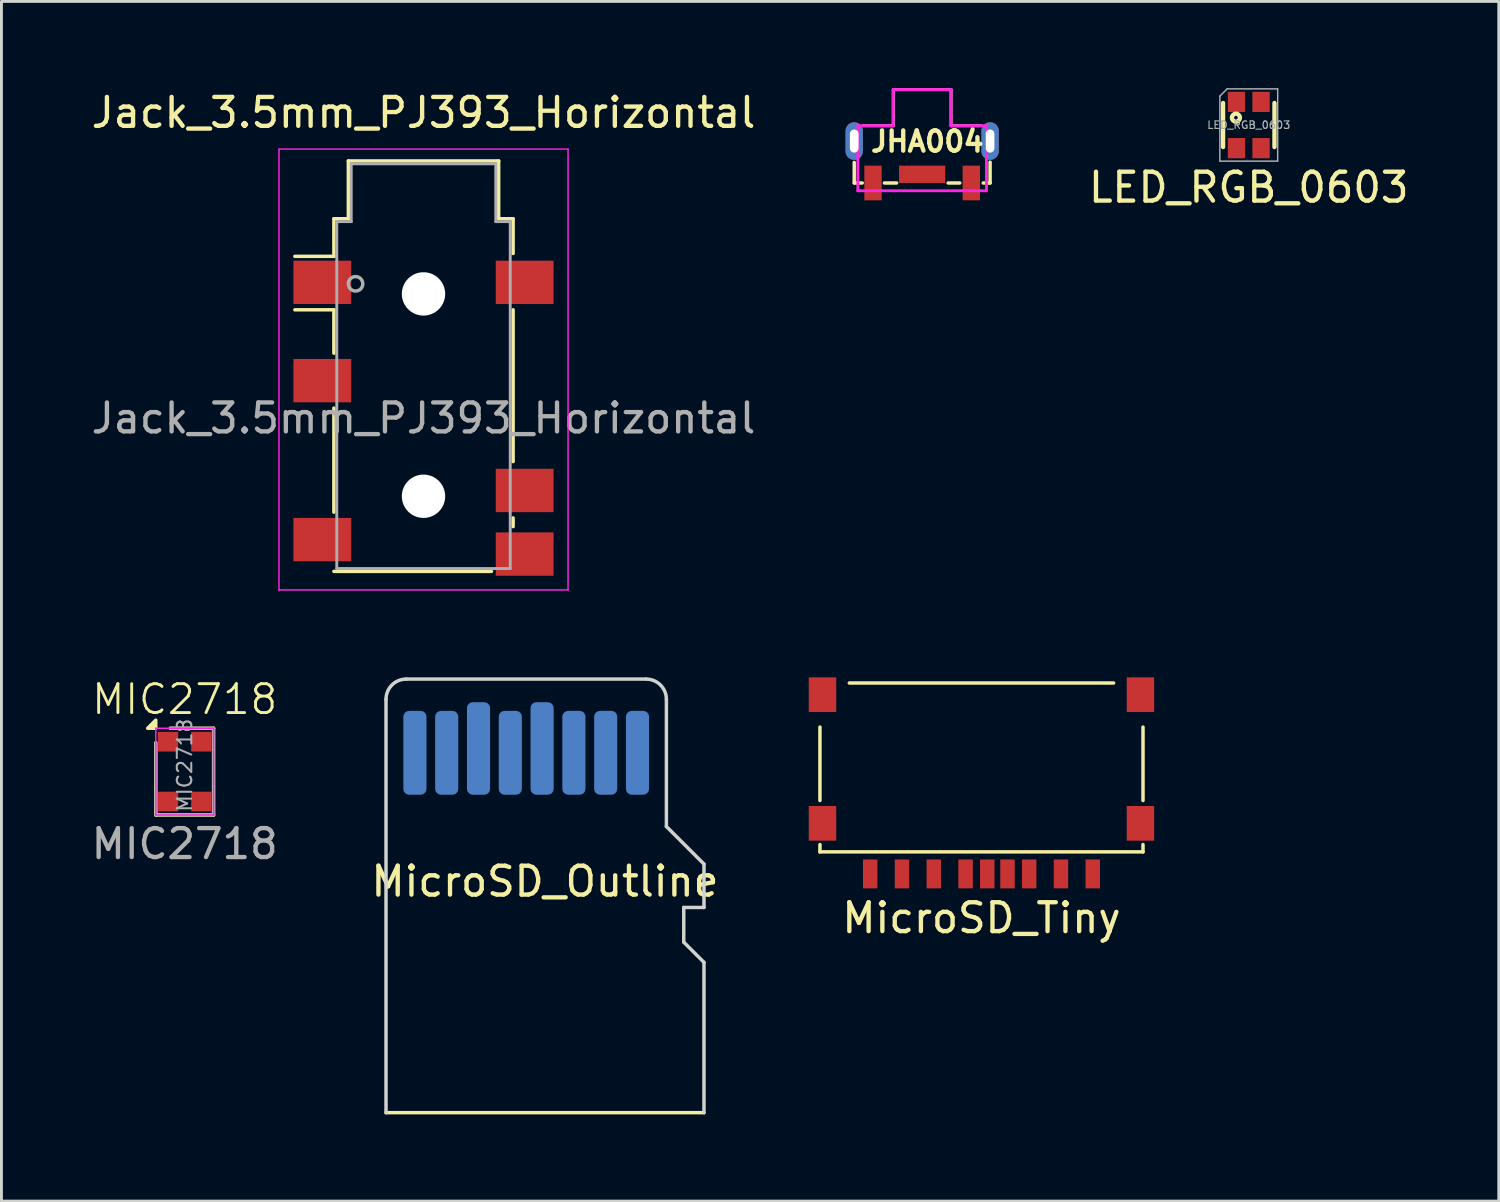
<source format=kicad_pcb>
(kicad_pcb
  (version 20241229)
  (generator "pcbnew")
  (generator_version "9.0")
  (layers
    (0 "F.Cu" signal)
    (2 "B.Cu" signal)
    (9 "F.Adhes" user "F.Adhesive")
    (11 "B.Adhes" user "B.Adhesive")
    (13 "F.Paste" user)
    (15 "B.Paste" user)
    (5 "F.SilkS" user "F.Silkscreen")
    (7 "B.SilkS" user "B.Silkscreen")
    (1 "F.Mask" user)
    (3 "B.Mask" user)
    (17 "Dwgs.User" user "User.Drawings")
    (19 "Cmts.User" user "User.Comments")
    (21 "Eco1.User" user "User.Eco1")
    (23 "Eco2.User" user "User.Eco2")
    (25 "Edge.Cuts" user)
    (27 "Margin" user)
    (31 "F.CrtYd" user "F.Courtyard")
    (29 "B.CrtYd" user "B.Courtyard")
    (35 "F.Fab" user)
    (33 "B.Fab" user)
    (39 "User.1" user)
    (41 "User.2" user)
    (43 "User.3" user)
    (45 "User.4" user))
  (footprint "Jack_3.5mm_PJ393_Horizontal"
    (layer "F.Cu")
    (at 11.601 11.008)
    (property "Reference" "Jack_3.5mm_PJ393_Horizontal" (at 0 -10.16 0) (unlocked yes) (layer "F.SilkS") (effects (font (size 1 1) (thickness 0.15))))
    (attr smd)
    (fp_line (start -3.1 -6.49) (end -2.6 -6.49) (stroke (width 0.12) (type solid)) (layer "F.SilkS"))
    (fp_line (start -3.1 -5.19) (end -4.45 -5.19) (stroke (width 0.12) (type solid)) (layer "F.SilkS"))
    (fp_line (start -3.1 -5.19) (end -3.1 -6.49) (stroke (width 0.12) (type solid)) (layer "F.SilkS"))
    (fp_line (start -3.1 -3.34) (end -4.45 -3.34) (stroke (width 0.12) (type solid)) (layer "F.SilkS"))
    (fp_line (start -3.1 -1.84) (end -3.1 -3.34) (stroke (width 0.12) (type solid)) (layer "F.SilkS"))
    (fp_line (start -3.1 3.66) (end -3.1 0.06) (stroke (width 0.12) (type solid)) (layer "F.SilkS"))
    (fp_line (start -2.6 -8.49) (end 2.6 -8.49) (stroke (width 0.12) (type solid)) (layer "F.SilkS"))
    (fp_line (start -2.6 -6.49) (end -2.6 -8.49) (stroke (width 0.12) (type solid)) (layer "F.SilkS"))
    (fp_line (start 2.35 5.71) (end -3.1 5.71) (stroke (width 0.12) (type solid)) (layer "F.SilkS"))
    (fp_line (start 2.6 -8.49) (end 2.6 -6.49) (stroke (width 0.12) (type solid)) (layer "F.SilkS"))
    (fp_line (start 2.6 -6.49) (end 3.1 -6.49) (stroke (width 0.12) (type solid)) (layer "F.SilkS"))
    (fp_line (start 3.1 -6.49) (end 3.1 -5.29) (stroke (width 0.12) (type solid)) (layer "F.SilkS"))
    (fp_line (start 3.1 -3.34) (end 3.1 1.91) (stroke (width 0.12) (type solid)) (layer "F.SilkS"))
    (fp_line (start 3.1 3.86) (end 3.1 4.16) (stroke (width 0.12) (type solid)) (layer "F.SilkS"))
    (fp_line (start -5 -8.9) (end -5 6.35) (stroke (width 0.05) (type solid)) (layer "F.CrtYd"))
    (fp_line (start -5 -8.9) (end 5 -8.9) (stroke (width 0.05) (type solid)) (layer "F.CrtYd"))
    (fp_line (start -5 6.35) (end 5 6.35) (stroke (width 0.05) (type solid)) (layer "F.CrtYd"))
    (fp_line (start 5 6.35) (end 5 -8.9) (stroke (width 0.05) (type solid)) (layer "F.CrtYd"))
    (fp_line (start -3 -6.39) (end -3 5.61) (stroke (width 0.1) (type solid)) (layer "F.Fab"))
    (fp_line (start -3 5.61) (end 3 5.61) (stroke (width 0.1) (type solid)) (layer "F.Fab"))
    (fp_line (start -2.5 -8.39) (end -2.5 -6.39) (stroke (width 0.1) (type solid)) (layer "F.Fab"))
    (fp_line (start -2.5 -6.39) (end -3 -6.39) (stroke (width 0.1) (type solid)) (layer "F.Fab"))
    (fp_line (start 2.5 -8.39) (end -2.5 -8.39) (stroke (width 0.1) (type solid)) (layer "F.Fab"))
    (fp_line (start 2.5 -6.39) (end 2.5 -8.39) (stroke (width 0.1) (type solid)) (layer "F.Fab"))
    (fp_line (start 3 -6.39) (end 2.5 -6.39) (stroke (width 0.1) (type solid)) (layer "F.Fab"))
    (fp_line (start 3 5.61) (end 3 -6.39) (stroke (width 0.1) (type solid)) (layer "F.Fab"))
    (fp_circle (center -2.35 -4.24) (end -2.1 -4.24) (stroke (width 0.12) (type solid)) (fill no) (layer "F.Fab"))
    (fp_text user "${REFERENCE}" (at 0 0.41 0) (layer "F.Fab") (effects (font (size 1 1) (thickness 0.15))))
    (pad "" np_thru_hole circle (at 0 -3.89) (size 1.5 1.5) (drill 1.5) (layers "*.Cu" "*.Mask"))
    (pad "" np_thru_hole circle (at 0 3.11) (size 1.5 1.5) (drill 1.5) (layers "*.Cu" "*.Mask"))
    (pad "1" smd rect (at -3.5 -4.29) (size 2 1.5) (layers "F.Cu" "F.Mask" "F.Paste"))
    (pad "2" smd rect (at 3.5 -4.29) (size 2 1.5) (layers "F.Cu" "F.Mask" "F.Paste"))
    (pad "3" smd rect (at -3.5 -0.89) (size 2 1.5) (layers "F.Cu" "F.Mask" "F.Paste"))
    (pad "4" smd rect (at 3.5 2.91) (size 2 1.5) (layers "F.Cu" "F.Mask" "F.Paste"))
    (pad "5" smd rect (at 3.5 5.11) (size 2 1.5) (layers "F.Cu" "F.Mask" "F.Paste"))
    (pad "6" smd rect (at -3.5 4.61) (size 2 1.5) (layers "F.Cu" "F.Mask" "F.Paste")))
  (footprint "MicroSD_Outline"
    (layer "F.Cu")
    (at 15.804 27.943)
    (property "Reference" "MicroSD_Outline" (at 0 -0.5 0) (unlocked yes) (layer "F.SilkS") (effects (font (size 1 1) (thickness 0.15))))
    (attr smd)
    (fp_line (start -5.5 7.5) (end 5.5 7.5) (stroke (width 0.12) (type default)) (layer "F.SilkS"))
    (fp_line (start -5.5 -6.8) (end -5.5 7.5) (stroke (width 0.12) (type default)) (layer "Edge.Cuts"))
    (fp_line (start 3.5 -7.5) (end -4.8 -7.5) (stroke (width 0.12) (type default)) (layer "Edge.Cuts"))
    (fp_line (start 4.2 -6.8) (end 4.2 -2.4) (stroke (width 0.12) (type default)) (layer "Edge.Cuts"))
    (fp_line (start 4.2 -2.4) (end 5.5 -1.1) (stroke (width 0.12) (type default)) (layer "Edge.Cuts"))
    (fp_line (start 4.8 0.4) (end 4.8 1.6) (stroke (width 0.12) (type default)) (layer "Edge.Cuts"))
    (fp_line (start 4.8 1.6) (end 5.5 2.3) (stroke (width 0.12) (type default)) (layer "Edge.Cuts"))
    (fp_line (start 5.5 -1.1) (end 5.5 0.4) (stroke (width 0.12) (type default)) (layer "Edge.Cuts"))
    (fp_line (start 5.5 0.4) (end 4.8 0.4) (stroke (width 0.12) (type default)) (layer "Edge.Cuts"))
    (fp_line (start 5.5 2.3) (end 5.5 7.5) (stroke (width 0.12) (type default)) (layer "Edge.Cuts"))
    (fp_arc (start -5.5 -6.8) (mid -5.294975 -7.294974) (end -4.8 -7.5) (stroke (width 0.12) (type default)) (layer "Edge.Cuts"))
    (fp_arc (start 3.5 -7.5) (mid 3.994974 -7.294975) (end 4.2 -6.8) (stroke (width 0.12) (type default)) (layer "Edge.Cuts"))
    (pad "1" smd roundrect (at 3.2 -4.95) (size 0.8 2.9) (layers "F.Mask" "B.Cu" "F.Paste") (roundrect_rratio 0.25))
    (pad "2" smd roundrect (at 2.1 -4.95) (size 0.8 2.9) (layers "F.Mask" "B.Cu" "F.Paste") (roundrect_rratio 0.25))
    (pad "3" smd roundrect (at 1 -4.95) (size 0.8 2.9) (layers "F.Mask" "B.Cu" "F.Paste") (roundrect_rratio 0.25))
    (pad "4" smd roundrect (at -0.1 -5.1) (size 0.8 3.2) (layers "F.Mask" "B.Cu" "F.Paste") (roundrect_rratio 0.25))
    (pad "5" smd roundrect (at -1.2 -4.95) (size 0.8 2.9) (layers "F.Mask" "B.Cu" "F.Paste") (roundrect_rratio 0.25))
    (pad "6" smd roundrect (at -2.3 -5.1) (size 0.8 3.2) (layers "F.Mask" "B.Cu" "F.Paste") (roundrect_rratio 0.25))
    (pad "7" smd roundrect (at -3.4 -4.95) (size 0.8 2.9) (layers "F.Mask" "B.Cu" "F.Paste") (roundrect_rratio 0.25))
    (pad "8" smd roundrect (at -4.5 -4.95) (size 0.8 2.9) (layers "F.Mask" "B.Cu" "F.Paste") (roundrect_rratio 0.25)))
  (footprint "LED_RGB_0603"
    (layer "F.Cu")
    (at 40.151 1.275)
    (property "Reference" "LED_RGB_0603" (at 0 2.159 0) (layer "F.SilkS") (effects (font (size 1 1) (thickness 0.15))))
    (attr through_hole)
    (fp_line (start -0.889 -0.762) (end -0.889 0.762) (stroke (width 0.15) (type solid)) (layer "F.SilkS"))
    (fp_line (start 0.889 -0.762) (end 0.889 0.762) (stroke (width 0.15) (type solid)) (layer "F.SilkS"))
    (fp_circle (center -0.445 -0.254) (end -0.445 -0.191) (stroke (width 0.15) (type solid)) (fill no) (layer "F.SilkS"))
    (fp_line (start -1 -1) (end -1 1.25) (stroke (width 0.05) (type solid)) (layer "F.Fab"))
    (fp_line (start -1 1.25) (end 1 1.25) (stroke (width 0.05) (type solid)) (layer "F.Fab"))
    (fp_line (start -0.75 -1.25) (end -1 -1) (stroke (width 0.05) (type solid)) (layer "F.Fab"))
    (fp_line (start 1 -1.25) (end -0.75 -1.25) (stroke (width 0.05) (type solid)) (layer "F.Fab"))
    (fp_line (start 1 -1.25) (end 1 1.25) (stroke (width 0.05) (type solid)) (layer "F.Fab"))
    (fp_text user "${REFERENCE}" (at 0 0 0) (layer "F.Fab") (effects (font (size 0.26 0.26) (thickness 0.04))))
    (pad "1" smd rect (at -0.425 -0.8) (size 0.6 0.7) (layers "F.Cu" "F.Mask" "F.Paste"))
    (pad "2" smd rect (at 0.425 -0.8) (size 0.6 0.7) (layers "F.Cu" "F.Mask" "F.Paste"))
    (pad "3" smd rect (at 0.425 0.8) (size 0.6 0.7) (layers "F.Cu" "F.Mask" "F.Paste"))
    (pad "4" smd rect (at -0.425 0.8) (size 0.6 0.7) (layers "F.Cu" "F.Mask" "F.Paste")))
  (footprint "JHA004"
    (layer "F.Cu")
    (at 28.852 3.28)
    (property "Reference" "JHA004" (at 0.178 -1.435 0) (layer "F.SilkS") (effects (font (size 0.7 0.7) (thickness 0.15))))
    (attr smd)
    (fp_line (start -2.35 0) (end -2.35 -0.711) (stroke (width 0.12) (type solid)) (layer "F.SilkS"))
    (fp_line (start -2.073 0) (end -2.35 0) (stroke (width 0.12) (type solid)) (layer "F.SilkS"))
    (fp_line (start -1 -1.98) (end -2.032 -1.98) (stroke (width 0.1) (type solid)) (layer "F.SilkS"))
    (fp_line (start -1 -3.23) (end -1 -1.98) (stroke (width 0.1) (type solid)) (layer "F.SilkS"))
    (fp_line (start -1 -3.23) (end 1 -3.23) (stroke (width 0.1) (type solid)) (layer "F.SilkS"))
    (fp_line (start -0.884 0) (end -1.306 0) (stroke (width 0.12) (type solid)) (layer "F.SilkS"))
    (fp_line (start 0.899 0) (end 1.3 0) (stroke (width 0.12) (type solid)) (layer "F.SilkS"))
    (fp_line (start 1 -3.23) (end 1 -1.98) (stroke (width 0.1) (type solid)) (layer "F.SilkS"))
    (fp_line (start 1.001 -1.98) (end 2.032 -1.98) (stroke (width 0.1) (type solid)) (layer "F.SilkS"))
    (fp_line (start 2.35 -0.721) (end 2.35 0) (stroke (width 0.12) (type solid)) (layer "F.SilkS"))
    (fp_line (start 2.35 0) (end 2.113 0) (stroke (width 0.12) (type solid)) (layer "F.SilkS"))
    (fp_line (start -2.225 -1.98) (end -2.225 0.27) (stroke (width 0.1) (type solid)) (layer "F.CrtYd"))
    (fp_line (start -2.225 0.27) (end 2.225 0.27) (stroke (width 0.1) (type solid)) (layer "F.CrtYd"))
    (fp_line (start -1 -3.23) (end -1 -1.98) (stroke (width 0.1) (type solid)) (layer "F.CrtYd"))
    (fp_line (start -1 -1.98) (end -2.225 -1.98) (stroke (width 0.1) (type solid)) (layer "F.CrtYd"))
    (fp_line (start 1 -3.23) (end -1 -3.23) (stroke (width 0.1) (type solid)) (layer "F.CrtYd"))
    (fp_line (start 1 -1.98) (end 1 -3.23) (stroke (width 0.1) (type solid)) (layer "F.CrtYd"))
    (fp_line (start 2.225 -1.98) (end 1 -1.98) (stroke (width 0.1) (type solid)) (layer "F.CrtYd"))
    (fp_line (start 2.225 0.27) (end 2.225 -1.98) (stroke (width 0.1) (type solid)) (layer "F.CrtYd"))
    (pad "" thru_hole oval (at -2.35 -1.45) (size 0.6 1.3) (drill oval 0.3 0.8) (layers "*.Cu" "*.Mask"))
    (pad "" smd rect (at 0 -0.3) (size 1.6 0.6) (layers "F.Cu" "F.Mask" "F.Paste"))
    (pad "" thru_hole oval (at 2.35 -1.45) (size 0.6 1.3) (drill oval 0.3 0.8) (layers "*.Cu" "*.Mask"))
    (pad "1" smd rect (at -1.7 0) (size 0.6 1.2) (layers "F.Cu" "F.Mask" "F.Paste"))
    (pad "2" smd rect (at 1.7 0) (size 0.6 1.2) (layers "F.Cu" "F.Mask" "F.Paste")))
  (footprint "MicroSD_Tiny"
    (layer "F.Cu")
    (at 30.904 27.183)
    (property "Reference" "MicroSD_Tiny" (at 0 1.524 0) (unlocked yes) (layer "F.SilkS") (effects (font (size 1 1) (thickness 0.15))))
    (attr smd)
    (fp_line (start -5.588 -5.08) (end -5.588 -2.54) (stroke (width 0.12) (type default)) (layer "F.SilkS"))
    (fp_line (start -5.588 -1.016) (end -5.588 -0.762) (stroke (width 0.12) (type default)) (layer "F.SilkS"))
    (fp_line (start -5.588 -0.762) (end 5.588 -0.762) (stroke (width 0.12) (type default)) (layer "F.SilkS"))
    (fp_line (start -4.572 -6.604) (end 4.572 -6.604) (stroke (width 0.12) (type default)) (layer "F.SilkS"))
    (fp_line (start 5.588 -5.08) (end 5.588 -2.54) (stroke (width 0.12) (type default)) (layer "F.SilkS"))
    (fp_line (start 5.588 -0.762) (end 5.588 -1.016) (stroke (width 0.12) (type default)) (layer "F.SilkS"))
    (pad "1" smd rect (at 3.85 0) (size 0.5 1) (layers "F.Cu" "F.Mask" "F.Paste"))
    (pad "2" smd rect (at 2.75 0) (size 0.5 1) (layers "F.Cu" "F.Mask" "F.Paste"))
    (pad "3" smd rect (at 1.65 0) (size 0.5 1) (layers "F.Cu" "F.Mask" "F.Paste"))
    (pad "4" smd rect (at 0.9 0) (size 0.5 1) (layers "F.Cu" "F.Mask" "F.Paste"))
    (pad "5" smd rect (at -0.55 0) (size 0.5 1) (layers "F.Cu" "F.Mask" "F.Paste"))
    (pad "6" smd rect (at -1.65 0) (size 0.5 1) (layers "F.Cu" "F.Mask" "F.Paste"))
    (pad "7" smd rect (at -2.75 0) (size 0.5 1) (layers "F.Cu" "F.Mask" "F.Paste"))
    (pad "8" smd rect (at -3.85 0) (size 0.5 1) (layers "F.Cu" "F.Mask" "F.Paste"))
    (pad "9" smd rect (at 0.2 0) (size 0.5 1) (layers "F.Cu" "F.Mask" "F.Paste"))
    (pad "10" smd rect (at -5.5 -6.2) (size 0.95 1.2) (layers "F.Cu" "F.Mask" "F.Paste"))
    (pad "10" smd rect (at -5.5 -1.75) (size 0.95 1.2) (layers "F.Cu" "F.Mask" "F.Paste"))
    (pad "10" smd rect (at 5.5 -6.2) (size 0.95 1.2) (layers "F.Cu" "F.Mask" "F.Paste"))
    (pad "10" smd rect (at 5.5 -1.75) (size 0.95 1.2) (layers "F.Cu" "F.Mask" "F.Paste")))
  (footprint "MIC2718"
    (layer "F.Cu")
    (at 3.339 23.644)
    (property "Reference" "MIC2718" (at 0 -2.5 0) (unlocked yes) (layer "F.SilkS") (effects (font (size 1 1) (thickness 0.1))))
    (attr smd)
    (fp_line (start -1 -1) (end -1 1.5) (stroke (width 0.12) (type solid)) (layer "F.SilkS"))
    (fp_line (start 1 -1.5) (end -0.5 -1.5) (stroke (width 0.12) (type solid)) (layer "F.SilkS"))
    (fp_line (start 1 -1.5) (end 1 1.5) (stroke (width 0.12) (type solid)) (layer "F.SilkS"))
    (fp_line (start 1 1.5) (end -1 1.5) (stroke (width 0.12) (type solid)) (layer "F.SilkS"))
    (fp_poly (pts (xy -1 -1.5) (xy -1.28 -1.5) (xy -1 -1.78) (xy -1 -1.5)) (stroke (width 0.12) (type solid)) (fill yes) (layer "F.SilkS"))
    (fp_line (start -1 -1.5) (end 1 -1.5) (stroke (width 0.05) (type solid)) (layer "F.CrtYd"))
    (fp_line (start -1 1.5) (end -1 -1.5) (stroke (width 0.05) (type solid)) (layer "F.CrtYd"))
    (fp_line (start 1 -1.5) (end 1 1.5) (stroke (width 0.05) (type solid)) (layer "F.CrtYd"))
    (fp_line (start 1 1.5) (end -1 1.5) (stroke (width 0.05) (type solid)) (layer "F.CrtYd"))
    (fp_line (start -1 1.5) (end -1 -1) (stroke (width 0.1) (type solid)) (layer "F.Fab"))
    (fp_line (start -0.5 -1.5) (end 1 -1.5) (stroke (width 0.1) (type solid)) (layer "F.Fab"))
    (fp_line (start 1 -1.5) (end 1 1.5) (stroke (width 0.1) (type solid)) (layer "F.Fab"))
    (fp_line (start 1 1.5) (end -1 1.5) (stroke (width 0.1) (type solid)) (layer "F.Fab"))
    (fp_text user "${REFERENCE}" (at 0 2.5 0) (unlocked yes) (layer "F.Fab") (effects (font (size 1 1) (thickness 0.15))))
    (fp_text user "${REFERENCE}" (at 0 -0.22 90) (layer "F.Fab") (effects (font (size 0.5 0.5) (thickness 0.07))))
    (pad "1" smd rect (at -0.575 -1.035) (size 0.7 0.68) (layers "F.Cu" "F.Mask" "F.Paste"))
    (pad "2" smd rect (at -0.575 1.035) (size 0.7 0.68) (layers "F.Cu" "F.Mask" "F.Paste"))
    (pad "3" smd rect (at 0.575 1.035) (size 0.7 0.68) (layers "F.Cu" "F.Mask" "F.Paste"))
    (pad "4" smd rect (at 0.575 -1.035) (size 0.7 0.68) (layers "F.Cu" "F.Mask" "F.Paste")))
  (gr_rect
    (start -3 -3)
    (end 48.8 38.503)
    (stroke (width 0.1) (type default))
    (fill no)
    (layer "Edge.Cuts")))
</source>
